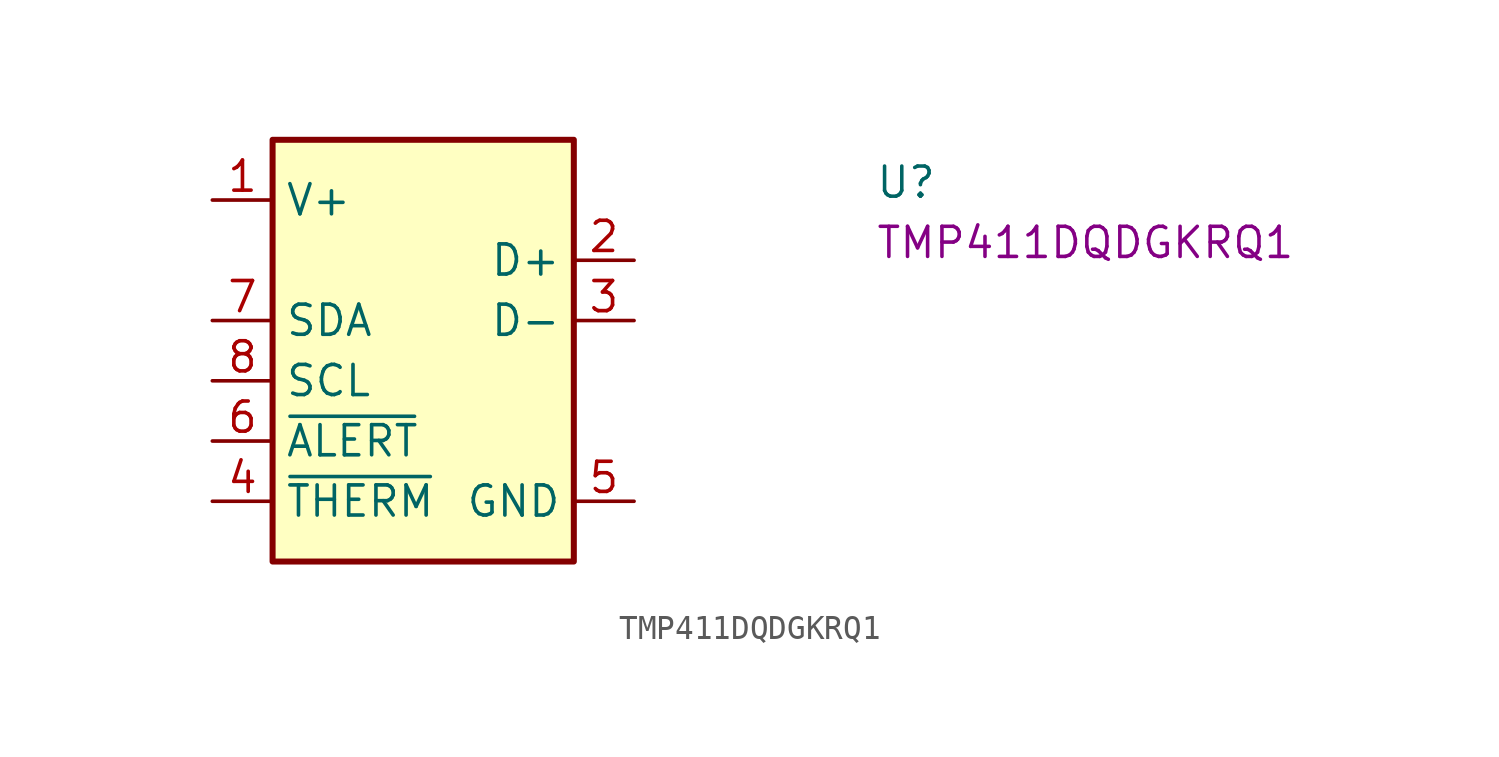
<source format=kicad_sym>
(kicad_symbol_lib
  (version 20220914)
  (generator kicad_symbol_editor)
  (symbol "TMP411DQDGKRQ1"
    (property "Reference" "U"
      (at 27.94 0 0)
      (effects (font (size 1.27 1.27) (thickness 0.15)) (justify left bottom)))
    (property "MPN" "TMP411DQDGKRQ1"
      (at 27.94 -2.54 0)
      (effects (font (size 1.27 1.27) (thickness 0.15)) (justify left bottom)))
    (symbol "TMP411DQDGKRQ1_1_1"
      (rectangle (start 2.54 2.54) (end 15.24 -15.24) (stroke (width 0.254) (type default)) (fill (type background)))
      (pin power_in line (at 0 0 0) (length 2.54) (name "V+" (effects (font (size 1.27 1.27)))) (number "1" (effects (font (size 1.27 1.27)))))
      (pin passive line (at 17.78 -2.54 180) (length 2.54) (name "D+" (effects (font (size 1.27 1.27)))) (number "2" (effects (font (size 1.27 1.27)))))
      (pin passive line (at 17.78 -5.08 180) (length 2.54) (name "D-" (effects (font (size 1.27 1.27)))) (number "3" (effects (font (size 1.27 1.27)))))
      (pin open_collector line (at 0 -12.7 0) (length 2.54) (name "~{THERM}" (effects (font (size 1.27 1.27)))) (number "4" (effects (font (size 1.27 1.27)))))
      (pin power_in line (at 17.78 -12.7 180) (length 2.54) (name "GND" (effects (font (size 1.27 1.27)))) (number "5" (effects (font (size 1.27 1.27)))))
      (pin open_collector line (at 0 -10.16 0) (length 2.54) (name "~{ALERT}" (effects (font (size 1.27 1.27)))) (number "6" (effects (font (size 1.27 1.27)))))
      (pin open_collector line (at 0 -5.08 0) (length 2.54) (name "SDA" (effects (font (size 1.27 1.27)))) (number "7" (effects (font (size 1.27 1.27)))))
      (pin open_collector line (at 0 -7.62 0) (length 2.54) (name "SCL" (effects (font (size 1.27 1.27)))) (number "8" (effects (font (size 1.27 1.27))))))))
</source>
